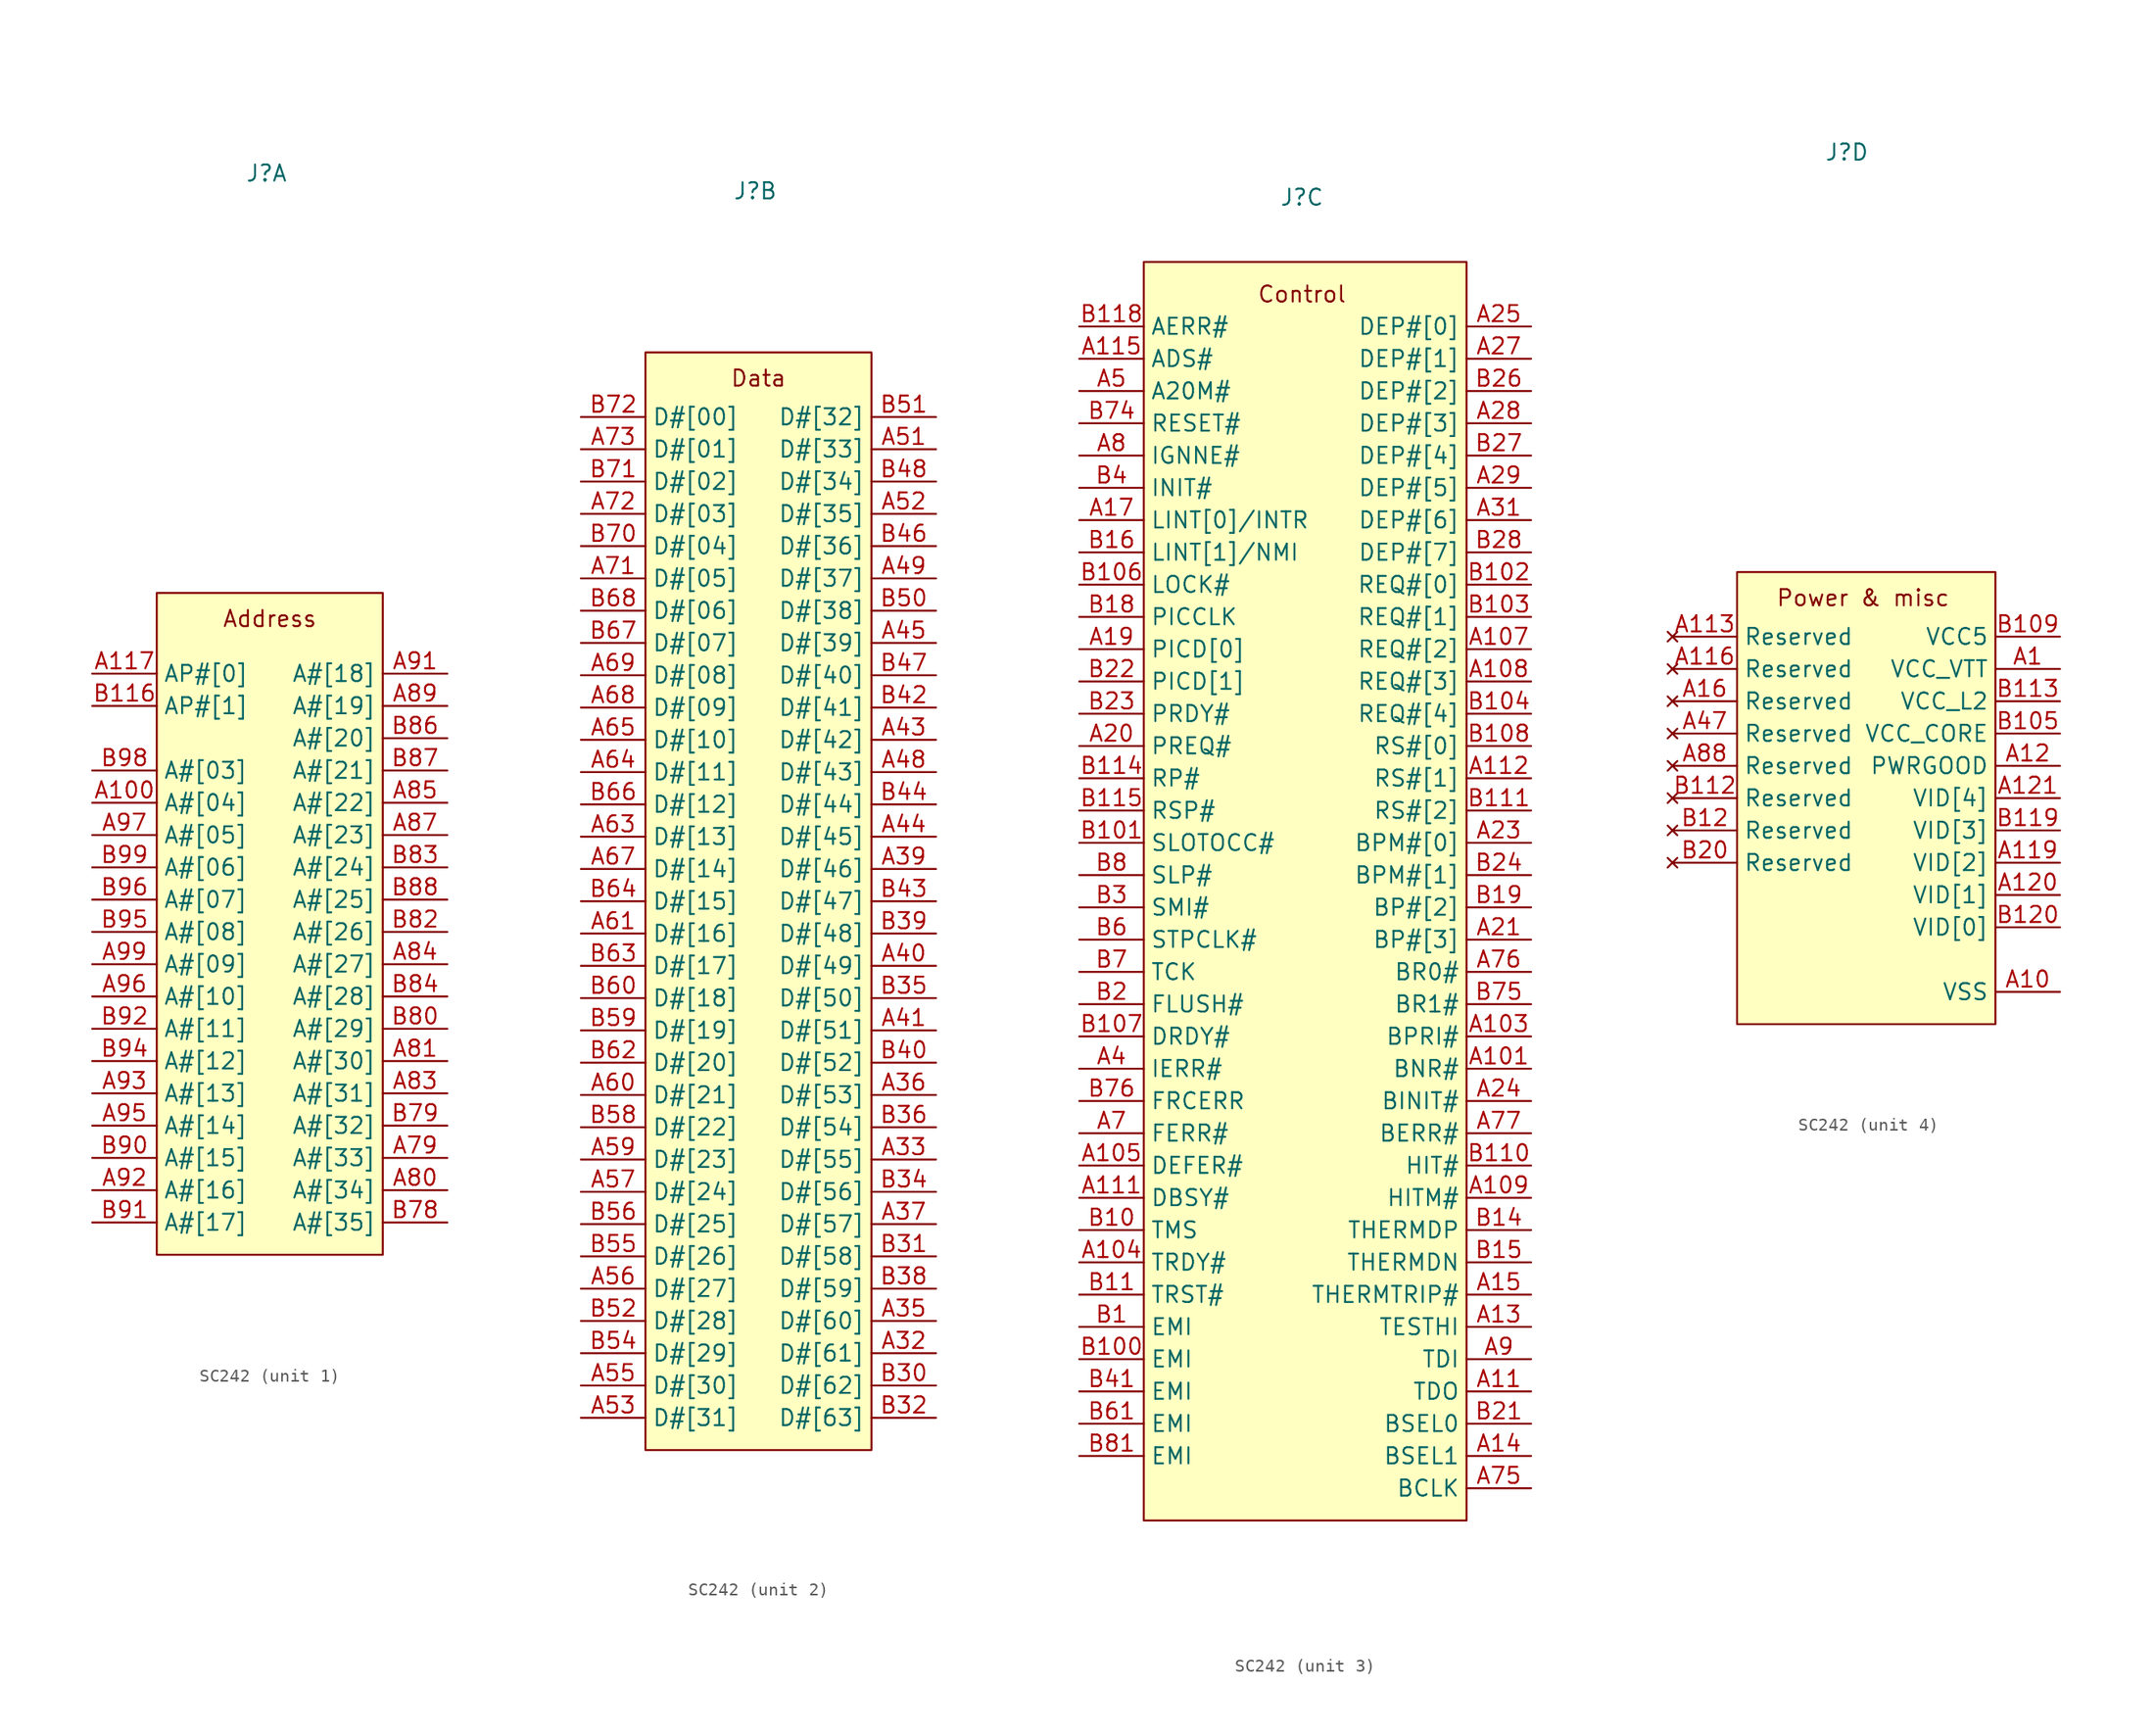
<source format=kicad_sym>
(kicad_symbol_lib
  (version 20231120)
  (generator "kicad_symbol_editor")
  (generator_version "8.0")
  (symbol "SC242"
    (property "Reference" "J"
      (at -0.254 55.88 0)
      (effects (font (size 1.27 1.27))))
    (property "Value" ""
      (at 1.27 -11.43 0)
      (effects (font (size 1.27 1.27))))
    (property "ki_locked" ""
      (at 0 0 0)
      (effects (font (size 1.27 1.27))))
    (symbol "SC242_1_1"
      (rectangle (start -8.89 22.86) (end 8.89 -29.21) (stroke (width 0) (type default)) (fill (type background)))
      (text "Address" (at 0 20.828 0) (effects (font (size 1.27 1.27))))
      (pin tri_state line (at -13.97 6.35 0) (length 5.08) (name "A#[04]" (effects (font (size 1.27 1.27)))) (number "A100" (effects (font (size 1.27 1.27)))))
      (pin bidirectional line (at -13.97 16.51 0) (length 5.08) (name "AP#[0]" (effects (font (size 1.27 1.27)))) (number "A117" (effects (font (size 1.27 1.27)))))
      (pin tri_state line (at 13.97 -21.59 180) (length 5.08) (name "A#[33]" (effects (font (size 1.27 1.27)))) (number "A79" (effects (font (size 1.27 1.27)))))
      (pin tri_state line (at 13.97 -24.13 180) (length 5.08) (name "A#[34]" (effects (font (size 1.27 1.27)))) (number "A80" (effects (font (size 1.27 1.27)))))
      (pin tri_state line (at 13.97 -13.97 180) (length 5.08) (name "A#[30]" (effects (font (size 1.27 1.27)))) (number "A81" (effects (font (size 1.27 1.27)))))
      (pin tri_state line (at 13.97 -16.51 180) (length 5.08) (name "A#[31]" (effects (font (size 1.27 1.27)))) (number "A83" (effects (font (size 1.27 1.27)))))
      (pin tri_state line (at 13.97 -6.35 180) (length 5.08) (name "A#[27]" (effects (font (size 1.27 1.27)))) (number "A84" (effects (font (size 1.27 1.27)))))
      (pin tri_state line (at 13.97 6.35 180) (length 5.08) (name "A#[22]" (effects (font (size 1.27 1.27)))) (number "A85" (effects (font (size 1.27 1.27)))))
      (pin tri_state line (at 13.97 3.81 180) (length 5.08) (name "A#[23]" (effects (font (size 1.27 1.27)))) (number "A87" (effects (font (size 1.27 1.27)))))
      (pin tri_state line (at 13.97 13.97 180) (length 5.08) (name "A#[19]" (effects (font (size 1.27 1.27)))) (number "A89" (effects (font (size 1.27 1.27)))))
      (pin tri_state line (at 13.97 16.51 180) (length 5.08) (name "A#[18]" (effects (font (size 1.27 1.27)))) (number "A91" (effects (font (size 1.27 1.27)))))
      (pin tri_state line (at -13.97 -24.13 0) (length 5.08) (name "A#[16]" (effects (font (size 1.27 1.27)))) (number "A92" (effects (font (size 1.27 1.27)))))
      (pin tri_state line (at -13.97 -16.51 0) (length 5.08) (name "A#[13]" (effects (font (size 1.27 1.27)))) (number "A93" (effects (font (size 1.27 1.27)))))
      (pin tri_state line (at -13.97 -19.05 0) (length 5.08) (name "A#[14]" (effects (font (size 1.27 1.27)))) (number "A95" (effects (font (size 1.27 1.27)))))
      (pin tri_state line (at -13.97 -8.89 0) (length 5.08) (name "A#[10]" (effects (font (size 1.27 1.27)))) (number "A96" (effects (font (size 1.27 1.27)))))
      (pin tri_state line (at -13.97 3.81 0) (length 5.08) (name "A#[05]" (effects (font (size 1.27 1.27)))) (number "A97" (effects (font (size 1.27 1.27)))))
      (pin tri_state line (at -13.97 -6.35 0) (length 5.08) (name "A#[09]" (effects (font (size 1.27 1.27)))) (number "A99" (effects (font (size 1.27 1.27)))))
      (pin bidirectional line (at -13.97 13.97 0) (length 5.08) (name "AP#[1]" (effects (font (size 1.27 1.27)))) (number "B116" (effects (font (size 1.27 1.27)))))
      (pin tri_state line (at 13.97 -26.67 180) (length 5.08) (name "A#[35]" (effects (font (size 1.27 1.27)))) (number "B78" (effects (font (size 1.27 1.27)))))
      (pin tri_state line (at 13.97 -19.05 180) (length 5.08) (name "A#[32]" (effects (font (size 1.27 1.27)))) (number "B79" (effects (font (size 1.27 1.27)))))
      (pin tri_state line (at 13.97 -11.43 180) (length 5.08) (name "A#[29]" (effects (font (size 1.27 1.27)))) (number "B80" (effects (font (size 1.27 1.27)))))
      (pin tri_state line (at 13.97 -3.81 180) (length 5.08) (name "A#[26]" (effects (font (size 1.27 1.27)))) (number "B82" (effects (font (size 1.27 1.27)))))
      (pin tri_state line (at 13.97 1.27 180) (length 5.08) (name "A#[24]" (effects (font (size 1.27 1.27)))) (number "B83" (effects (font (size 1.27 1.27)))))
      (pin tri_state line (at 13.97 -8.89 180) (length 5.08) (name "A#[28]" (effects (font (size 1.27 1.27)))) (number "B84" (effects (font (size 1.27 1.27)))))
      (pin tri_state line (at 13.97 11.43 180) (length 5.08) (name "A#[20]" (effects (font (size 1.27 1.27)))) (number "B86" (effects (font (size 1.27 1.27)))))
      (pin tri_state line (at 13.97 8.89 180) (length 5.08) (name "A#[21]" (effects (font (size 1.27 1.27)))) (number "B87" (effects (font (size 1.27 1.27)))))
      (pin tri_state line (at 13.97 -1.27 180) (length 5.08) (name "A#[25]" (effects (font (size 1.27 1.27)))) (number "B88" (effects (font (size 1.27 1.27)))))
      (pin tri_state line (at -13.97 -21.59 0) (length 5.08) (name "A#[15]" (effects (font (size 1.27 1.27)))) (number "B90" (effects (font (size 1.27 1.27)))))
      (pin tri_state line (at -13.97 -26.67 0) (length 5.08) (name "A#[17]" (effects (font (size 1.27 1.27)))) (number "B91" (effects (font (size 1.27 1.27)))))
      (pin tri_state line (at -13.97 -11.43 0) (length 5.08) (name "A#[11]" (effects (font (size 1.27 1.27)))) (number "B92" (effects (font (size 1.27 1.27)))))
      (pin tri_state line (at -13.97 -13.97 0) (length 5.08) (name "A#[12]" (effects (font (size 1.27 1.27)))) (number "B94" (effects (font (size 1.27 1.27)))))
      (pin tri_state line (at -13.97 -3.81 0) (length 5.08) (name "A#[08]" (effects (font (size 1.27 1.27)))) (number "B95" (effects (font (size 1.27 1.27)))))
      (pin tri_state line (at -13.97 -1.27 0) (length 5.08) (name "A#[07]" (effects (font (size 1.27 1.27)))) (number "B96" (effects (font (size 1.27 1.27)))))
      (pin tri_state line (at -13.97 8.89 0) (length 5.08) (name "A#[03]" (effects (font (size 1.27 1.27)))) (number "B98" (effects (font (size 1.27 1.27)))))
      (pin tri_state line (at -13.97 1.27 0) (length 5.08) (name "A#[06]" (effects (font (size 1.27 1.27)))) (number "B99" (effects (font (size 1.27 1.27))))))
    (symbol "SC242_2_1"
      (rectangle (start 8.89 43.18) (end -8.89 -43.18) (stroke (width 0) (type default)) (fill (type background)))
      (text "Data" (at 0 41.148 0) (effects (font (size 1.27 1.27))))
      (pin tri_state line (at 13.97 -35.56 180) (length 5.08) (name "D#[61]" (effects (font (size 1.27 1.27)))) (number "A32" (effects (font (size 1.27 1.27)))))
      (pin tri_state line (at 13.97 -20.32 180) (length 5.08) (name "D#[55]" (effects (font (size 1.27 1.27)))) (number "A33" (effects (font (size 1.27 1.27)))))
      (pin tri_state line (at 13.97 -33.02 180) (length 5.08) (name "D#[60]" (effects (font (size 1.27 1.27)))) (number "A35" (effects (font (size 1.27 1.27)))))
      (pin tri_state line (at 13.97 -15.24 180) (length 5.08) (name "D#[53]" (effects (font (size 1.27 1.27)))) (number "A36" (effects (font (size 1.27 1.27)))))
      (pin tri_state line (at 13.97 -25.4 180) (length 5.08) (name "D#[57]" (effects (font (size 1.27 1.27)))) (number "A37" (effects (font (size 1.27 1.27)))))
      (pin tri_state line (at 13.97 2.54 180) (length 5.08) (name "D#[46]" (effects (font (size 1.27 1.27)))) (number "A39" (effects (font (size 1.27 1.27)))))
      (pin tri_state line (at 13.97 -5.08 180) (length 5.08) (name "D#[49]" (effects (font (size 1.27 1.27)))) (number "A40" (effects (font (size 1.27 1.27)))))
      (pin tri_state line (at 13.97 -10.16 180) (length 5.08) (name "D#[51]" (effects (font (size 1.27 1.27)))) (number "A41" (effects (font (size 1.27 1.27)))))
      (pin tri_state line (at 13.97 12.7 180) (length 5.08) (name "D#[42]" (effects (font (size 1.27 1.27)))) (number "A43" (effects (font (size 1.27 1.27)))))
      (pin tri_state line (at 13.97 5.08 180) (length 5.08) (name "D#[45]" (effects (font (size 1.27 1.27)))) (number "A44" (effects (font (size 1.27 1.27)))))
      (pin tri_state line (at 13.97 20.32 180) (length 5.08) (name "D#[39]" (effects (font (size 1.27 1.27)))) (number "A45" (effects (font (size 1.27 1.27)))))
      (pin tri_state line (at 13.97 10.16 180) (length 5.08) (name "D#[43]" (effects (font (size 1.27 1.27)))) (number "A48" (effects (font (size 1.27 1.27)))))
      (pin tri_state line (at 13.97 25.4 180) (length 5.08) (name "D#[37]" (effects (font (size 1.27 1.27)))) (number "A49" (effects (font (size 1.27 1.27)))))
      (pin tri_state line (at 13.97 35.56 180) (length 5.08) (name "D#[33]" (effects (font (size 1.27 1.27)))) (number "A51" (effects (font (size 1.27 1.27)))))
      (pin tri_state line (at 13.97 30.48 180) (length 5.08) (name "D#[35]" (effects (font (size 1.27 1.27)))) (number "A52" (effects (font (size 1.27 1.27)))))
      (pin tri_state line (at -13.97 -40.64 0) (length 5.08) (name "D#[31]" (effects (font (size 1.27 1.27)))) (number "A53" (effects (font (size 1.27 1.27)))))
      (pin tri_state line (at -13.97 -38.1 0) (length 5.08) (name "D#[30]" (effects (font (size 1.27 1.27)))) (number "A55" (effects (font (size 1.27 1.27)))))
      (pin tri_state line (at -13.97 -30.48 0) (length 5.08) (name "D#[27]" (effects (font (size 1.27 1.27)))) (number "A56" (effects (font (size 1.27 1.27)))))
      (pin tri_state line (at -13.97 -22.86 0) (length 5.08) (name "D#[24]" (effects (font (size 1.27 1.27)))) (number "A57" (effects (font (size 1.27 1.27)))))
      (pin tri_state line (at -13.97 -20.32 0) (length 5.08) (name "D#[23]" (effects (font (size 1.27 1.27)))) (number "A59" (effects (font (size 1.27 1.27)))))
      (pin tri_state line (at -13.97 -15.24 0) (length 5.08) (name "D#[21]" (effects (font (size 1.27 1.27)))) (number "A60" (effects (font (size 1.27 1.27)))))
      (pin tri_state line (at -13.97 -2.54 0) (length 5.08) (name "D#[16]" (effects (font (size 1.27 1.27)))) (number "A61" (effects (font (size 1.27 1.27)))))
      (pin tri_state line (at -13.97 5.08 0) (length 5.08) (name "D#[13]" (effects (font (size 1.27 1.27)))) (number "A63" (effects (font (size 1.27 1.27)))))
      (pin tri_state line (at -13.97 10.16 0) (length 5.08) (name "D#[11]" (effects (font (size 1.27 1.27)))) (number "A64" (effects (font (size 1.27 1.27)))))
      (pin tri_state line (at -13.97 12.7 0) (length 5.08) (name "D#[10]" (effects (font (size 1.27 1.27)))) (number "A65" (effects (font (size 1.27 1.27)))))
      (pin tri_state line (at -13.97 2.54 0) (length 5.08) (name "D#[14]" (effects (font (size 1.27 1.27)))) (number "A67" (effects (font (size 1.27 1.27)))))
      (pin tri_state line (at -13.97 15.24 0) (length 5.08) (name "D#[09]" (effects (font (size 1.27 1.27)))) (number "A68" (effects (font (size 1.27 1.27)))))
      (pin tri_state line (at -13.97 17.78 0) (length 5.08) (name "D#[08]" (effects (font (size 1.27 1.27)))) (number "A69" (effects (font (size 1.27 1.27)))))
      (pin tri_state line (at -13.97 25.4 0) (length 5.08) (name "D#[05]" (effects (font (size 1.27 1.27)))) (number "A71" (effects (font (size 1.27 1.27)))))
      (pin tri_state line (at -13.97 30.48 0) (length 5.08) (name "D#[03]" (effects (font (size 1.27 1.27)))) (number "A72" (effects (font (size 1.27 1.27)))))
      (pin tri_state line (at -13.97 35.56 0) (length 5.08) (name "D#[01]" (effects (font (size 1.27 1.27)))) (number "A73" (effects (font (size 1.27 1.27)))))
      (pin tri_state line (at 13.97 -38.1 180) (length 5.08) (name "D#[62]" (effects (font (size 1.27 1.27)))) (number "B30" (effects (font (size 1.27 1.27)))))
      (pin tri_state line (at 13.97 -27.94 180) (length 5.08) (name "D#[58]" (effects (font (size 1.27 1.27)))) (number "B31" (effects (font (size 1.27 1.27)))))
      (pin tri_state line (at 13.97 -40.64 180) (length 5.08) (name "D#[63]" (effects (font (size 1.27 1.27)))) (number "B32" (effects (font (size 1.27 1.27)))))
      (pin tri_state line (at 13.97 -22.86 180) (length 5.08) (name "D#[56]" (effects (font (size 1.27 1.27)))) (number "B34" (effects (font (size 1.27 1.27)))))
      (pin tri_state line (at 13.97 -7.62 180) (length 5.08) (name "D#[50]" (effects (font (size 1.27 1.27)))) (number "B35" (effects (font (size 1.27 1.27)))))
      (pin tri_state line (at 13.97 -17.78 180) (length 5.08) (name "D#[54]" (effects (font (size 1.27 1.27)))) (number "B36" (effects (font (size 1.27 1.27)))))
      (pin tri_state line (at 13.97 -30.48 180) (length 5.08) (name "D#[59]" (effects (font (size 1.27 1.27)))) (number "B38" (effects (font (size 1.27 1.27)))))
      (pin tri_state line (at 13.97 -2.54 180) (length 5.08) (name "D#[48]" (effects (font (size 1.27 1.27)))) (number "B39" (effects (font (size 1.27 1.27)))))
      (pin tri_state line (at 13.97 -12.7 180) (length 5.08) (name "D#[52]" (effects (font (size 1.27 1.27)))) (number "B40" (effects (font (size 1.27 1.27)))))
      (pin tri_state line (at 13.97 15.24 180) (length 5.08) (name "D#[41]" (effects (font (size 1.27 1.27)))) (number "B42" (effects (font (size 1.27 1.27)))))
      (pin tri_state line (at 13.97 0 180) (length 5.08) (name "D#[47]" (effects (font (size 1.27 1.27)))) (number "B43" (effects (font (size 1.27 1.27)))))
      (pin tri_state line (at 13.97 7.62 180) (length 5.08) (name "D#[44]" (effects (font (size 1.27 1.27)))) (number "B44" (effects (font (size 1.27 1.27)))))
      (pin tri_state line (at 13.97 27.94 180) (length 5.08) (name "D#[36]" (effects (font (size 1.27 1.27)))) (number "B46" (effects (font (size 1.27 1.27)))))
      (pin tri_state line (at 13.97 17.78 180) (length 5.08) (name "D#[40]" (effects (font (size 1.27 1.27)))) (number "B47" (effects (font (size 1.27 1.27)))))
      (pin tri_state line (at 13.97 33.02 180) (length 5.08) (name "D#[34]" (effects (font (size 1.27 1.27)))) (number "B48" (effects (font (size 1.27 1.27)))))
      (pin tri_state line (at 13.97 22.86 180) (length 5.08) (name "D#[38]" (effects (font (size 1.27 1.27)))) (number "B50" (effects (font (size 1.27 1.27)))))
      (pin tri_state line (at 13.97 38.1 180) (length 5.08) (name "D#[32]" (effects (font (size 1.27 1.27)))) (number "B51" (effects (font (size 1.27 1.27)))))
      (pin tri_state line (at -13.97 -33.02 0) (length 5.08) (name "D#[28]" (effects (font (size 1.27 1.27)))) (number "B52" (effects (font (size 1.27 1.27)))))
      (pin tri_state line (at -13.97 -35.56 0) (length 5.08) (name "D#[29]" (effects (font (size 1.27 1.27)))) (number "B54" (effects (font (size 1.27 1.27)))))
      (pin tri_state line (at -13.97 -27.94 0) (length 5.08) (name "D#[26]" (effects (font (size 1.27 1.27)))) (number "B55" (effects (font (size 1.27 1.27)))))
      (pin tri_state line (at -13.97 -25.4 0) (length 5.08) (name "D#[25]" (effects (font (size 1.27 1.27)))) (number "B56" (effects (font (size 1.27 1.27)))))
      (pin tri_state line (at -13.97 -17.78 0) (length 5.08) (name "D#[22]" (effects (font (size 1.27 1.27)))) (number "B58" (effects (font (size 1.27 1.27)))))
      (pin tri_state line (at -13.97 -10.16 0) (length 5.08) (name "D#[19]" (effects (font (size 1.27 1.27)))) (number "B59" (effects (font (size 1.27 1.27)))))
      (pin tri_state line (at -13.97 -7.62 0) (length 5.08) (name "D#[18]" (effects (font (size 1.27 1.27)))) (number "B60" (effects (font (size 1.27 1.27)))))
      (pin tri_state line (at -13.97 -12.7 0) (length 5.08) (name "D#[20]" (effects (font (size 1.27 1.27)))) (number "B62" (effects (font (size 1.27 1.27)))))
      (pin tri_state line (at -13.97 -5.08 0) (length 5.08) (name "D#[17]" (effects (font (size 1.27 1.27)))) (number "B63" (effects (font (size 1.27 1.27)))))
      (pin tri_state line (at -13.97 0 0) (length 5.08) (name "D#[15]" (effects (font (size 1.27 1.27)))) (number "B64" (effects (font (size 1.27 1.27)))))
      (pin tri_state line (at -13.97 7.62 0) (length 5.08) (name "D#[12]" (effects (font (size 1.27 1.27)))) (number "B66" (effects (font (size 1.27 1.27)))))
      (pin tri_state line (at -13.97 20.32 0) (length 5.08) (name "D#[07]" (effects (font (size 1.27 1.27)))) (number "B67" (effects (font (size 1.27 1.27)))))
      (pin tri_state line (at -13.97 22.86 0) (length 5.08) (name "D#[06]" (effects (font (size 1.27 1.27)))) (number "B68" (effects (font (size 1.27 1.27)))))
      (pin tri_state line (at -13.97 27.94 0) (length 5.08) (name "D#[04]" (effects (font (size 1.27 1.27)))) (number "B70" (effects (font (size 1.27 1.27)))))
      (pin tri_state line (at -13.97 33.02 0) (length 5.08) (name "D#[02]" (effects (font (size 1.27 1.27)))) (number "B71" (effects (font (size 1.27 1.27)))))
      (pin tri_state line (at -13.97 38.1 0) (length 5.08) (name "D#[00]" (effects (font (size 1.27 1.27)))) (number "B72" (effects (font (size 1.27 1.27))))))
    (symbol "SC242_3_1"
      (rectangle (start -12.7 50.8) (end 12.7 -48.26) (stroke (width 0) (type default)) (fill (type background)))
      (text "Control" (at -0.254 48.26 0) (effects (font (size 1.27 1.27))))
      (pin bidirectional line (at 17.78 -12.7 180) (length 5.08) (name "BNR#" (effects (font (size 1.27 1.27)))) (number "A101" (effects (font (size 1.27 1.27)))))
      (pin input line (at 17.78 -10.16 180) (length 5.08) (name "BPRI#" (effects (font (size 1.27 1.27)))) (number "A103" (effects (font (size 1.27 1.27)))))
      (pin input line (at -17.78 -27.94 0) (length 5.08) (name "TRDY#" (effects (font (size 1.27 1.27)))) (number "A104" (effects (font (size 1.27 1.27)))))
      (pin input line (at -17.78 -20.32 0) (length 5.08) (name "DEFER#" (effects (font (size 1.27 1.27)))) (number "A105" (effects (font (size 1.27 1.27)))))
      (pin bidirectional line (at 17.78 20.32 180) (length 5.08) (name "REQ#[2]" (effects (font (size 1.27 1.27)))) (number "A107" (effects (font (size 1.27 1.27)))))
      (pin bidirectional line (at 17.78 17.78 180) (length 5.08) (name "REQ#[3]" (effects (font (size 1.27 1.27)))) (number "A108" (effects (font (size 1.27 1.27)))))
      (pin bidirectional line (at 17.78 -22.86 180) (length 5.08) (name "HITM#" (effects (font (size 1.27 1.27)))) (number "A109" (effects (font (size 1.27 1.27)))))
      (pin output line (at 17.78 -38.1 180) (length 5.08) (name "TDO" (effects (font (size 1.27 1.27)))) (number "A11" (effects (font (size 1.27 1.27)))))
      (pin bidirectional line (at -17.78 -22.86 0) (length 5.08) (name "DBSY#" (effects (font (size 1.27 1.27)))) (number "A111" (effects (font (size 1.27 1.27)))))
      (pin input line (at 17.78 10.16 180) (length 5.08) (name "RS#[1]" (effects (font (size 1.27 1.27)))) (number "A112" (effects (font (size 1.27 1.27)))))
      (pin bidirectional line (at -17.78 43.18 0) (length 5.08) (name "ADS#" (effects (font (size 1.27 1.27)))) (number "A115" (effects (font (size 1.27 1.27)))))
      (pin input line (at 17.78 -33.02 180) (length 5.08) (name "TESTHI" (effects (font (size 1.27 1.27)))) (number "A13" (effects (font (size 1.27 1.27)))))
      (pin input line (at 17.78 -43.18 180) (length 5.08) (name "BSEL1" (effects (font (size 1.27 1.27)))) (number "A14" (effects (font (size 1.27 1.27)))))
      (pin output line (at 17.78 -30.48 180) (length 5.08) (name "THERMTRIP#" (effects (font (size 1.27 1.27)))) (number "A15" (effects (font (size 1.27 1.27)))))
      (pin input line (at -17.78 30.48 0) (length 5.08) (name "LINT[0]/INTR" (effects (font (size 1.27 1.27)))) (number "A17" (effects (font (size 1.27 1.27)))))
      (pin bidirectional line (at -17.78 20.32 0) (length 5.08) (name "PICD[0]" (effects (font (size 1.27 1.27)))) (number "A19" (effects (font (size 1.27 1.27)))))
      (pin input line (at -17.78 12.7 0) (length 5.08) (name "PREQ#" (effects (font (size 1.27 1.27)))) (number "A20" (effects (font (size 1.27 1.27)))))
      (pin bidirectional line (at 17.78 -2.54 180) (length 5.08) (name "BP#[3]" (effects (font (size 1.27 1.27)))) (number "A21" (effects (font (size 1.27 1.27)))))
      (pin bidirectional line (at 17.78 5.08 180) (length 5.08) (name "BPM#[0]" (effects (font (size 1.27 1.27)))) (number "A23" (effects (font (size 1.27 1.27)))))
      (pin bidirectional line (at 17.78 -15.24 180) (length 5.08) (name "BINIT#" (effects (font (size 1.27 1.27)))) (number "A24" (effects (font (size 1.27 1.27)))))
      (pin bidirectional line (at 17.78 45.72 180) (length 5.08) (name "DEP#[0]" (effects (font (size 1.27 1.27)))) (number "A25" (effects (font (size 1.27 1.27)))))
      (pin bidirectional line (at 17.78 43.18 180) (length 5.08) (name "DEP#[1]" (effects (font (size 1.27 1.27)))) (number "A27" (effects (font (size 1.27 1.27)))))
      (pin bidirectional line (at 17.78 38.1 180) (length 5.08) (name "DEP#[3]" (effects (font (size 1.27 1.27)))) (number "A28" (effects (font (size 1.27 1.27)))))
      (pin bidirectional line (at 17.78 33.02 180) (length 5.08) (name "DEP#[5]" (effects (font (size 1.27 1.27)))) (number "A29" (effects (font (size 1.27 1.27)))))
      (pin bidirectional line (at 17.78 30.48 180) (length 5.08) (name "DEP#[6]" (effects (font (size 1.27 1.27)))) (number "A31" (effects (font (size 1.27 1.27)))))
      (pin output line (at -17.78 -12.7 0) (length 5.08) (name "IERR#" (effects (font (size 1.27 1.27)))) (number "A4" (effects (font (size 1.27 1.27)))))
      (pin input line (at -17.78 40.64 0) (length 5.08) (name "A20M#" (effects (font (size 1.27 1.27)))) (number "A5" (effects (font (size 1.27 1.27)))))
      (pin output line (at -17.78 -17.78 0) (length 5.08) (name "FERR#" (effects (font (size 1.27 1.27)))) (number "A7" (effects (font (size 1.27 1.27)))))
      (pin input line (at 17.78 -45.72 180) (length 5.08) (name "BCLK" (effects (font (size 1.27 1.27)))) (number "A75" (effects (font (size 1.27 1.27)))))
      (pin bidirectional line (at 17.78 -5.08 180) (length 5.08) (name "BR0#" (effects (font (size 1.27 1.27)))) (number "A76" (effects (font (size 1.27 1.27)))))
      (pin bidirectional line (at 17.78 -17.78 180) (length 5.08) (name "BERR#" (effects (font (size 1.27 1.27)))) (number "A77" (effects (font (size 1.27 1.27)))))
      (pin input line (at -17.78 35.56 0) (length 5.08) (name "IGNNE#" (effects (font (size 1.27 1.27)))) (number "A8" (effects (font (size 1.27 1.27)))))
      (pin input line (at 17.78 -35.56 180) (length 5.08) (name "TDI" (effects (font (size 1.27 1.27)))) (number "A9" (effects (font (size 1.27 1.27)))))
      (pin input line (at -17.78 -33.02 0) (length 5.08) (name "EMI" (effects (font (size 1.27 1.27)))) (number "B1" (effects (font (size 1.27 1.27)))))
      (pin input line (at -17.78 -25.4 0) (length 5.08) (name "TMS" (effects (font (size 1.27 1.27)))) (number "B10" (effects (font (size 1.27 1.27)))))
      (pin input line (at -17.78 -35.56 0) (length 5.08) (name "EMI" (effects (font (size 1.27 1.27)))) (number "B100" (effects (font (size 1.27 1.27)))))
      (pin output line (at -17.78 5.08 0) (length 5.08) (name "SLOTOCC#" (effects (font (size 1.27 1.27)))) (number "B101" (effects (font (size 1.27 1.27)))))
      (pin bidirectional line (at 17.78 25.4 180) (length 5.08) (name "REQ#[0]" (effects (font (size 1.27 1.27)))) (number "B102" (effects (font (size 1.27 1.27)))))
      (pin bidirectional line (at 17.78 22.86 180) (length 5.08) (name "REQ#[1]" (effects (font (size 1.27 1.27)))) (number "B103" (effects (font (size 1.27 1.27)))))
      (pin bidirectional line (at 17.78 15.24 180) (length 5.08) (name "REQ#[4]" (effects (font (size 1.27 1.27)))) (number "B104" (effects (font (size 1.27 1.27)))))
      (pin bidirectional line (at -17.78 25.4 0) (length 5.08) (name "LOCK#" (effects (font (size 1.27 1.27)))) (number "B106" (effects (font (size 1.27 1.27)))))
      (pin bidirectional line (at -17.78 -10.16 0) (length 5.08) (name "DRDY#" (effects (font (size 1.27 1.27)))) (number "B107" (effects (font (size 1.27 1.27)))))
      (pin input line (at 17.78 12.7 180) (length 5.08) (name "RS#[0]" (effects (font (size 1.27 1.27)))) (number "B108" (effects (font (size 1.27 1.27)))))
      (pin input line (at -17.78 -30.48 0) (length 5.08) (name "TRST#" (effects (font (size 1.27 1.27)))) (number "B11" (effects (font (size 1.27 1.27)))))
      (pin bidirectional line (at 17.78 -20.32 180) (length 5.08) (name "HIT#" (effects (font (size 1.27 1.27)))) (number "B110" (effects (font (size 1.27 1.27)))))
      (pin input line (at 17.78 7.62 180) (length 5.08) (name "RS#[2]" (effects (font (size 1.27 1.27)))) (number "B111" (effects (font (size 1.27 1.27)))))
      (pin bidirectional line (at -17.78 10.16 0) (length 5.08) (name "RP#" (effects (font (size 1.27 1.27)))) (number "B114" (effects (font (size 1.27 1.27)))))
      (pin input line (at -17.78 7.62 0) (length 5.08) (name "RSP#" (effects (font (size 1.27 1.27)))) (number "B115" (effects (font (size 1.27 1.27)))))
      (pin bidirectional line (at -17.78 45.72 0) (length 5.08) (name "AERR#" (effects (font (size 1.27 1.27)))) (number "B118" (effects (font (size 1.27 1.27)))))
      (pin output line (at 17.78 -25.4 180) (length 5.08) (name "THERMDP" (effects (font (size 1.27 1.27)))) (number "B14" (effects (font (size 1.27 1.27)))))
      (pin output line (at 17.78 -27.94 180) (length 5.08) (name "THERMDN" (effects (font (size 1.27 1.27)))) (number "B15" (effects (font (size 1.27 1.27)))))
      (pin input line (at -17.78 27.94 0) (length 5.08) (name "LINT[1]/NMI" (effects (font (size 1.27 1.27)))) (number "B16" (effects (font (size 1.27 1.27)))))
      (pin input line (at -17.78 22.86 0) (length 5.08) (name "PICCLK" (effects (font (size 1.27 1.27)))) (number "B18" (effects (font (size 1.27 1.27)))))
      (pin bidirectional line (at 17.78 0 180) (length 5.08) (name "BP#[2]" (effects (font (size 1.27 1.27)))) (number "B19" (effects (font (size 1.27 1.27)))))
      (pin input line (at -17.78 -7.62 0) (length 5.08) (name "FLUSH#" (effects (font (size 1.27 1.27)))) (number "B2" (effects (font (size 1.27 1.27)))))
      (pin input line (at 17.78 -40.64 180) (length 5.08) (name "BSEL0" (effects (font (size 1.27 1.27)))) (number "B21" (effects (font (size 1.27 1.27)))))
      (pin bidirectional line (at -17.78 17.78 0) (length 5.08) (name "PICD[1]" (effects (font (size 1.27 1.27)))) (number "B22" (effects (font (size 1.27 1.27)))))
      (pin output line (at -17.78 15.24 0) (length 5.08) (name "PRDY#" (effects (font (size 1.27 1.27)))) (number "B23" (effects (font (size 1.27 1.27)))))
      (pin bidirectional line (at 17.78 2.54 180) (length 5.08) (name "BPM#[1]" (effects (font (size 1.27 1.27)))) (number "B24" (effects (font (size 1.27 1.27)))))
      (pin bidirectional line (at 17.78 40.64 180) (length 5.08) (name "DEP#[2]" (effects (font (size 1.27 1.27)))) (number "B26" (effects (font (size 1.27 1.27)))))
      (pin bidirectional line (at 17.78 35.56 180) (length 5.08) (name "DEP#[4]" (effects (font (size 1.27 1.27)))) (number "B27" (effects (font (size 1.27 1.27)))))
      (pin bidirectional line (at 17.78 27.94 180) (length 5.08) (name "DEP#[7]" (effects (font (size 1.27 1.27)))) (number "B28" (effects (font (size 1.27 1.27)))))
      (pin input line (at -17.78 0 0) (length 5.08) (name "SMI#" (effects (font (size 1.27 1.27)))) (number "B3" (effects (font (size 1.27 1.27)))))
      (pin input line (at -17.78 33.02 0) (length 5.08) (name "INIT#" (effects (font (size 1.27 1.27)))) (number "B4" (effects (font (size 1.27 1.27)))))
      (pin input line (at -17.78 -38.1 0) (length 5.08) (name "EMI" (effects (font (size 1.27 1.27)))) (number "B41" (effects (font (size 1.27 1.27)))))
      (pin input line (at -17.78 -2.54 0) (length 5.08) (name "STPCLK#" (effects (font (size 1.27 1.27)))) (number "B6" (effects (font (size 1.27 1.27)))))
      (pin input line (at -17.78 -40.64 0) (length 5.08) (name "EMI" (effects (font (size 1.27 1.27)))) (number "B61" (effects (font (size 1.27 1.27)))))
      (pin input line (at -17.78 -5.08 0) (length 5.08) (name "TCK" (effects (font (size 1.27 1.27)))) (number "B7" (effects (font (size 1.27 1.27)))))
      (pin input line (at -17.78 38.1 0) (length 5.08) (name "RESET#" (effects (font (size 1.27 1.27)))) (number "B74" (effects (font (size 1.27 1.27)))))
      (pin input line (at 17.78 -7.62 180) (length 5.08) (name "BR1#" (effects (font (size 1.27 1.27)))) (number "B75" (effects (font (size 1.27 1.27)))))
      (pin bidirectional line (at -17.78 -15.24 0) (length 5.08) (name "FRCERR" (effects (font (size 1.27 1.27)))) (number "B76" (effects (font (size 1.27 1.27)))))
      (pin input line (at -17.78 2.54 0) (length 5.08) (name "SLP#" (effects (font (size 1.27 1.27)))) (number "B8" (effects (font (size 1.27 1.27)))))
      (pin input line (at -17.78 -43.18 0) (length 5.08) (name "EMI" (effects (font (size 1.27 1.27)))) (number "B81" (effects (font (size 1.27 1.27))))))
    (symbol "SC242_4_1"
      (rectangle (start -8.89 22.86) (end 11.43 -12.7) (stroke (width 0) (type default)) (fill (type background)))
      (text "Power & misc" (at 1.016 20.828 0) (effects (font (size 1.27 1.27))))
      (pin power_in line (at 16.51 15.24 180) (length 5.08) (name "VCC_VTT" (effects (font (size 1.27 1.27)))) (number "A1" (effects (font (size 1.27 1.27)))))
      (pin power_in line (at 16.51 -10.16 180) (length 5.08) (name "VSS" (effects (font (size 1.27 1.27)))) (number "A10" (effects (font (size 1.27 1.27)))))
      (pin power_in line (at 16.51 -10.16 180) (length 5.08) hide (name "VSS" (effects (font (size 1.27 1.27)))) (number "A102" (effects (font (size 1.27 1.27)))))
      (pin power_in line (at 16.51 -10.16 180) (length 5.08) hide (name "VSS" (effects (font (size 1.27 1.27)))) (number "A106" (effects (font (size 1.27 1.27)))))
      (pin power_in line (at 16.51 -10.16 180) (length 5.08) hide (name "VSS" (effects (font (size 1.27 1.27)))) (number "A110" (effects (font (size 1.27 1.27)))))
      (pin no_connect line (at -13.97 17.78 0) (length 5.08) (name "Reserved" (effects (font (size 1.27 1.27)))) (number "A113" (effects (font (size 1.27 1.27)))))
      (pin power_in line (at 16.51 -10.16 180) (length 5.08) hide (name "VSS" (effects (font (size 1.27 1.27)))) (number "A114" (effects (font (size 1.27 1.27)))))
      (pin no_connect line (at -13.97 15.24 0) (length 5.08) (name "Reserved" (effects (font (size 1.27 1.27)))) (number "A116" (effects (font (size 1.27 1.27)))))
      (pin power_in line (at 16.51 -10.16 180) (length 5.08) hide (name "VSS" (effects (font (size 1.27 1.27)))) (number "A118" (effects (font (size 1.27 1.27)))))
      (pin output line (at 16.51 0 180) (length 5.08) (name "VID[2]" (effects (font (size 1.27 1.27)))) (number "A119" (effects (font (size 1.27 1.27)))))
      (pin input line (at 16.51 7.62 180) (length 5.08) (name "PWRGOOD" (effects (font (size 1.27 1.27)))) (number "A12" (effects (font (size 1.27 1.27)))))
      (pin output line (at 16.51 -2.54 180) (length 5.08) (name "VID[1]" (effects (font (size 1.27 1.27)))) (number "A120" (effects (font (size 1.27 1.27)))))
      (pin output line (at 16.51 5.08 180) (length 5.08) (name "VID[4]" (effects (font (size 1.27 1.27)))) (number "A121" (effects (font (size 1.27 1.27)))))
      (pin no_connect line (at -13.97 12.7 0) (length 5.08) (name "Reserved" (effects (font (size 1.27 1.27)))) (number "A16" (effects (font (size 1.27 1.27)))))
      (pin power_in line (at 16.51 -10.16 180) (length 5.08) hide (name "VSS" (effects (font (size 1.27 1.27)))) (number "A18" (effects (font (size 1.27 1.27)))))
      (pin power_in line (at 16.51 -10.16 180) (length 5.08) hide (name "VSS" (effects (font (size 1.27 1.27)))) (number "A2" (effects (font (size 1.27 1.27)))))
      (pin power_in line (at 16.51 -10.16 180) (length 5.08) hide (name "VSS" (effects (font (size 1.27 1.27)))) (number "A22" (effects (font (size 1.27 1.27)))))
      (pin power_in line (at 16.51 -10.16 180) (length 5.08) hide (name "VSS" (effects (font (size 1.27 1.27)))) (number "A26" (effects (font (size 1.27 1.27)))))
      (pin power_in line (at 16.51 15.24 180) (length 5.08) hide (name "VCC_VTT" (effects (font (size 1.27 1.27)))) (number "A3" (effects (font (size 1.27 1.27)))))
      (pin power_in line (at 16.51 -10.16 180) (length 5.08) hide (name "VSS" (effects (font (size 1.27 1.27)))) (number "A30" (effects (font (size 1.27 1.27)))))
      (pin power_in line (at 16.51 -10.16 180) (length 5.08) hide (name "VSS" (effects (font (size 1.27 1.27)))) (number "A34" (effects (font (size 1.27 1.27)))))
      (pin power_in line (at 16.51 -10.16 180) (length 5.08) hide (name "VSS" (effects (font (size 1.27 1.27)))) (number "A38" (effects (font (size 1.27 1.27)))))
      (pin power_in line (at 16.51 -10.16 180) (length 5.08) hide (name "VSS" (effects (font (size 1.27 1.27)))) (number "A42" (effects (font (size 1.27 1.27)))))
      (pin power_in line (at 16.51 -10.16 180) (length 5.08) hide (name "VSS" (effects (font (size 1.27 1.27)))) (number "A46" (effects (font (size 1.27 1.27)))))
      (pin no_connect line (at -13.97 10.16 0) (length 5.08) (name "Reserved" (effects (font (size 1.27 1.27)))) (number "A47" (effects (font (size 1.27 1.27)))))
      (pin power_in line (at 16.51 -10.16 180) (length 5.08) hide (name "VSS" (effects (font (size 1.27 1.27)))) (number "A50" (effects (font (size 1.27 1.27)))))
      (pin power_in line (at 16.51 -10.16 180) (length 5.08) hide (name "VSS" (effects (font (size 1.27 1.27)))) (number "A54" (effects (font (size 1.27 1.27)))))
      (pin power_in line (at 16.51 -10.16 180) (length 5.08) hide (name "VSS" (effects (font (size 1.27 1.27)))) (number "A58" (effects (font (size 1.27 1.27)))))
      (pin power_in line (at 16.51 -10.16 180) (length 5.08) hide (name "VSS" (effects (font (size 1.27 1.27)))) (number "A6" (effects (font (size 1.27 1.27)))))
      (pin power_in line (at 16.51 -10.16 180) (length 5.08) hide (name "VSS" (effects (font (size 1.27 1.27)))) (number "A62" (effects (font (size 1.27 1.27)))))
      (pin power_in line (at 16.51 -10.16 180) (length 5.08) hide (name "VSS" (effects (font (size 1.27 1.27)))) (number "A66" (effects (font (size 1.27 1.27)))))
      (pin power_in line (at 16.51 -10.16 180) (length 5.08) hide (name "VSS" (effects (font (size 1.27 1.27)))) (number "A70" (effects (font (size 1.27 1.27)))))
      (pin power_in line (at 16.51 -10.16 180) (length 5.08) hide (name "VSS" (effects (font (size 1.27 1.27)))) (number "A74" (effects (font (size 1.27 1.27)))))
      (pin power_in line (at 16.51 -10.16 180) (length 5.08) hide (name "VSS" (effects (font (size 1.27 1.27)))) (number "A78" (effects (font (size 1.27 1.27)))))
      (pin power_in line (at 16.51 -10.16 180) (length 5.08) hide (name "VSS" (effects (font (size 1.27 1.27)))) (number "A82" (effects (font (size 1.27 1.27)))))
      (pin power_in line (at 16.51 -10.16 180) (length 5.08) hide (name "VSS" (effects (font (size 1.27 1.27)))) (number "A86" (effects (font (size 1.27 1.27)))))
      (pin no_connect line (at -13.97 7.62 0) (length 5.08) (name "Reserved" (effects (font (size 1.27 1.27)))) (number "A88" (effects (font (size 1.27 1.27)))))
      (pin power_in line (at 16.51 -10.16 180) (length 5.08) hide (name "VSS" (effects (font (size 1.27 1.27)))) (number "A90" (effects (font (size 1.27 1.27)))))
      (pin power_in line (at 16.51 -10.16 180) (length 5.08) hide (name "VSS" (effects (font (size 1.27 1.27)))) (number "A94" (effects (font (size 1.27 1.27)))))
      (pin power_in line (at 16.51 -10.16 180) (length 5.08) hide (name "VSS" (effects (font (size 1.27 1.27)))) (number "A98" (effects (font (size 1.27 1.27)))))
      (pin power_in line (at 16.51 10.16 180) (length 5.08) (name "VCC_CORE" (effects (font (size 1.27 1.27)))) (number "B105" (effects (font (size 1.27 1.27)))))
      (pin power_in line (at 16.51 17.78 180) (length 5.08) (name "VCC5" (effects (font (size 1.27 1.27)))) (number "B109" (effects (font (size 1.27 1.27)))))
      (pin no_connect line (at -13.97 5.08 0) (length 5.08) (name "Reserved" (effects (font (size 1.27 1.27)))) (number "B112" (effects (font (size 1.27 1.27)))))
      (pin power_in line (at 16.51 12.7 180) (length 5.08) (name "VCC_L2" (effects (font (size 1.27 1.27)))) (number "B113" (effects (font (size 1.27 1.27)))))
      (pin power_in line (at 16.51 12.7 180) (length 5.08) hide (name "VCC_L2" (effects (font (size 1.27 1.27)))) (number "B117" (effects (font (size 1.27 1.27)))))
      (pin output line (at 16.51 2.54 180) (length 5.08) (name "VID[3]" (effects (font (size 1.27 1.27)))) (number "B119" (effects (font (size 1.27 1.27)))))
      (pin no_connect line (at -13.97 2.54 0) (length 5.08) (name "Reserved" (effects (font (size 1.27 1.27)))) (number "B12" (effects (font (size 1.27 1.27)))))
      (pin output line (at 16.51 -5.08 180) (length 5.08) (name "VID[0]" (effects (font (size 1.27 1.27)))) (number "B120" (effects (font (size 1.27 1.27)))))
      (pin power_in line (at 16.51 12.7 180) (length 5.08) hide (name "VCC_L2" (effects (font (size 1.27 1.27)))) (number "B121" (effects (font (size 1.27 1.27)))))
      (pin power_in line (at 16.51 10.16 180) (length 5.08) hide (name "VCC_CORE" (effects (font (size 1.27 1.27)))) (number "B13" (effects (font (size 1.27 1.27)))))
      (pin power_in line (at 16.51 10.16 180) (length 5.08) hide (name "VCC_CORE" (effects (font (size 1.27 1.27)))) (number "B17" (effects (font (size 1.27 1.27)))))
      (pin no_connect line (at -13.97 0 0) (length 5.08) (name "Reserved" (effects (font (size 1.27 1.27)))) (number "B20" (effects (font (size 1.27 1.27)))))
      (pin power_in line (at 16.51 10.16 180) (length 5.08) hide (name "VCC_CORE" (effects (font (size 1.27 1.27)))) (number "B25" (effects (font (size 1.27 1.27)))))
      (pin power_in line (at 16.51 10.16 180) (length 5.08) hide (name "VCC_CORE" (effects (font (size 1.27 1.27)))) (number "B29" (effects (font (size 1.27 1.27)))))
      (pin power_in line (at 16.51 10.16 180) (length 5.08) hide (name "VCC_CORE" (effects (font (size 1.27 1.27)))) (number "B33" (effects (font (size 1.27 1.27)))))
      (pin power_in line (at 16.51 10.16 180) (length 5.08) hide (name "VCC_CORE" (effects (font (size 1.27 1.27)))) (number "B37" (effects (font (size 1.27 1.27)))))
      (pin power_in line (at 16.51 10.16 180) (length 5.08) hide (name "VCC_CORE" (effects (font (size 1.27 1.27)))) (number "B45" (effects (font (size 1.27 1.27)))))
      (pin power_in line (at 16.51 10.16 180) (length 5.08) hide (name "VCC_CORE" (effects (font (size 1.27 1.27)))) (number "B49" (effects (font (size 1.27 1.27)))))
      (pin power_in line (at 16.51 15.24 180) (length 5.08) hide (name "VCC_VTT" (effects (font (size 1.27 1.27)))) (number "B5" (effects (font (size 1.27 1.27)))))
      (pin power_in line (at 16.51 10.16 180) (length 5.08) hide (name "VCC_CORE" (effects (font (size 1.27 1.27)))) (number "B53" (effects (font (size 1.27 1.27)))))
      (pin power_in line (at 16.51 10.16 180) (length 5.08) hide (name "VCC_CORE" (effects (font (size 1.27 1.27)))) (number "B57" (effects (font (size 1.27 1.27)))))
      (pin power_in line (at 16.51 10.16 180) (length 5.08) hide (name "VCC_CORE" (effects (font (size 1.27 1.27)))) (number "B65" (effects (font (size 1.27 1.27)))))
      (pin power_in line (at 16.51 10.16 180) (length 5.08) hide (name "VCC_CORE" (effects (font (size 1.27 1.27)))) (number "B69" (effects (font (size 1.27 1.27)))))
      (pin power_in line (at 16.51 10.16 180) (length 5.08) hide (name "VCC_CORE" (effects (font (size 1.27 1.27)))) (number "B73" (effects (font (size 1.27 1.27)))))
      (pin power_in line (at 16.51 10.16 180) (length 5.08) hide (name "VCC_CORE" (effects (font (size 1.27 1.27)))) (number "B77" (effects (font (size 1.27 1.27)))))
      (pin power_in line (at 16.51 10.16 180) (length 5.08) hide (name "VCC_CORE" (effects (font (size 1.27 1.27)))) (number "B85" (effects (font (size 1.27 1.27)))))
      (pin power_in line (at 16.51 10.16 180) (length 5.08) hide (name "VCC_CORE" (effects (font (size 1.27 1.27)))) (number "B89" (effects (font (size 1.27 1.27)))))
      (pin power_in line (at 16.51 15.24 180) (length 5.08) hide (name "VCC_VTT" (effects (font (size 1.27 1.27)))) (number "B9" (effects (font (size 1.27 1.27)))))
      (pin power_in line (at 16.51 10.16 180) (length 5.08) hide (name "VCC_CORE" (effects (font (size 1.27 1.27)))) (number "B93" (effects (font (size 1.27 1.27)))))
      (pin power_in line (at 16.51 10.16 180) (length 5.08) hide (name "VCC_CORE" (effects (font (size 1.27 1.27)))) (number "B97" (effects (font (size 1.27 1.27))))))))
</source>
